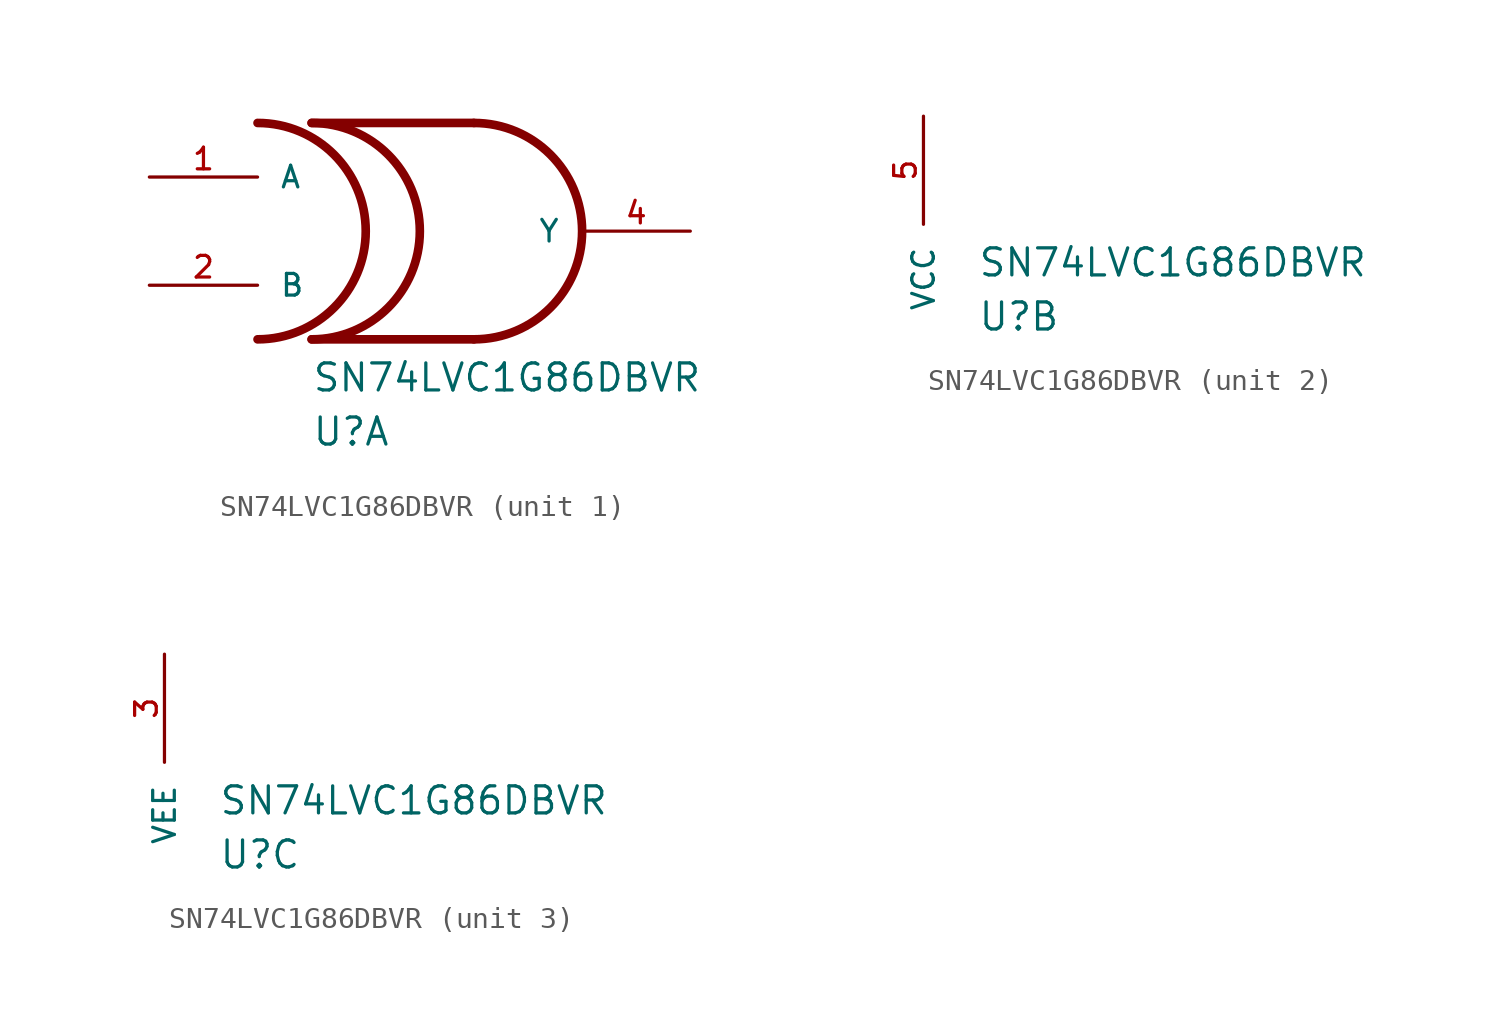
<source format=kicad_sym>
(kicad_symbol_lib
  (version 20211014)
  (generator kicad_symbol_editor)
  (symbol "SN74LVC1G86DBVR"
    (pin_names
      (offset 1.016))
    (property "Reference" "U"
      (at 2.54 -5.08 0)
      (effects (font (size 1.27 1.27)) (justify bottom left)))
    (property "Value" "SN74LVC1G86DBVR"
      (at 2.54 -2.54 0)
      (effects (font (size 1.27 1.27)) (justify bottom left)))
    (symbol "SN74LVC1G86DBVR_1_0"
      (polyline (pts (xy 2.54 10.16) (xy 10.16 10.16)) (stroke (width 0.406)))
      (polyline (pts (xy 2.54 0.0) (xy 10.16 0.0)) (stroke (width 0.406)))
      (arc (start 10.16 0.0) (mid 15.24 5.08) (end 10.16 10.16) (stroke (width 0.4064) (type default) (color 0 0 0 0)) (fill (type none)))
      (arc (start 2.54 0.0) (mid 7.62 5.08) (end 2.54 10.16) (stroke (width 0.4064) (type default) (color 0 0 0 0)) (fill (type none)))
      (arc (start 0.0 0.0) (mid 5.08 5.08) (end 0.0 10.16) (stroke (width 0.4064) (type default) (color 0 0 0 0)) (fill (type none)))
      (pin input line (at -5.08 7.62 0) (length 5.08) (name "A" (effects (font (size 1.016 1.016)))) (number "1" (effects (font (size 1.016 1.016)))))
      (pin input line (at -5.08 2.54 0) (length 5.08) (name "B" (effects (font (size 1.016 1.016)))) (number "2" (effects (font (size 1.016 1.016)))))
      (pin output line (at 20.32 5.08 180.0) (length 5.08) (name "Y" (effects (font (size 1.016 1.016)))) (number "4" (effects (font (size 1.016 1.016))))))
    (symbol "SN74LVC1G86DBVR_2_0"
      (pin passive line (at 0.0 5.08 270.0) (length 5.08) (name "VCC" (effects (font (size 1.016 1.016)))) (number "5" (effects (font (size 1.016 1.016))))))
    (symbol "SN74LVC1G86DBVR_3_0"
      (pin passive line (at 0.0 5.08 270.0) (length 5.08) (name "VEE" (effects (font (size 1.016 1.016)))) (number "3" (effects (font (size 1.016 1.016))))))))
</source>
